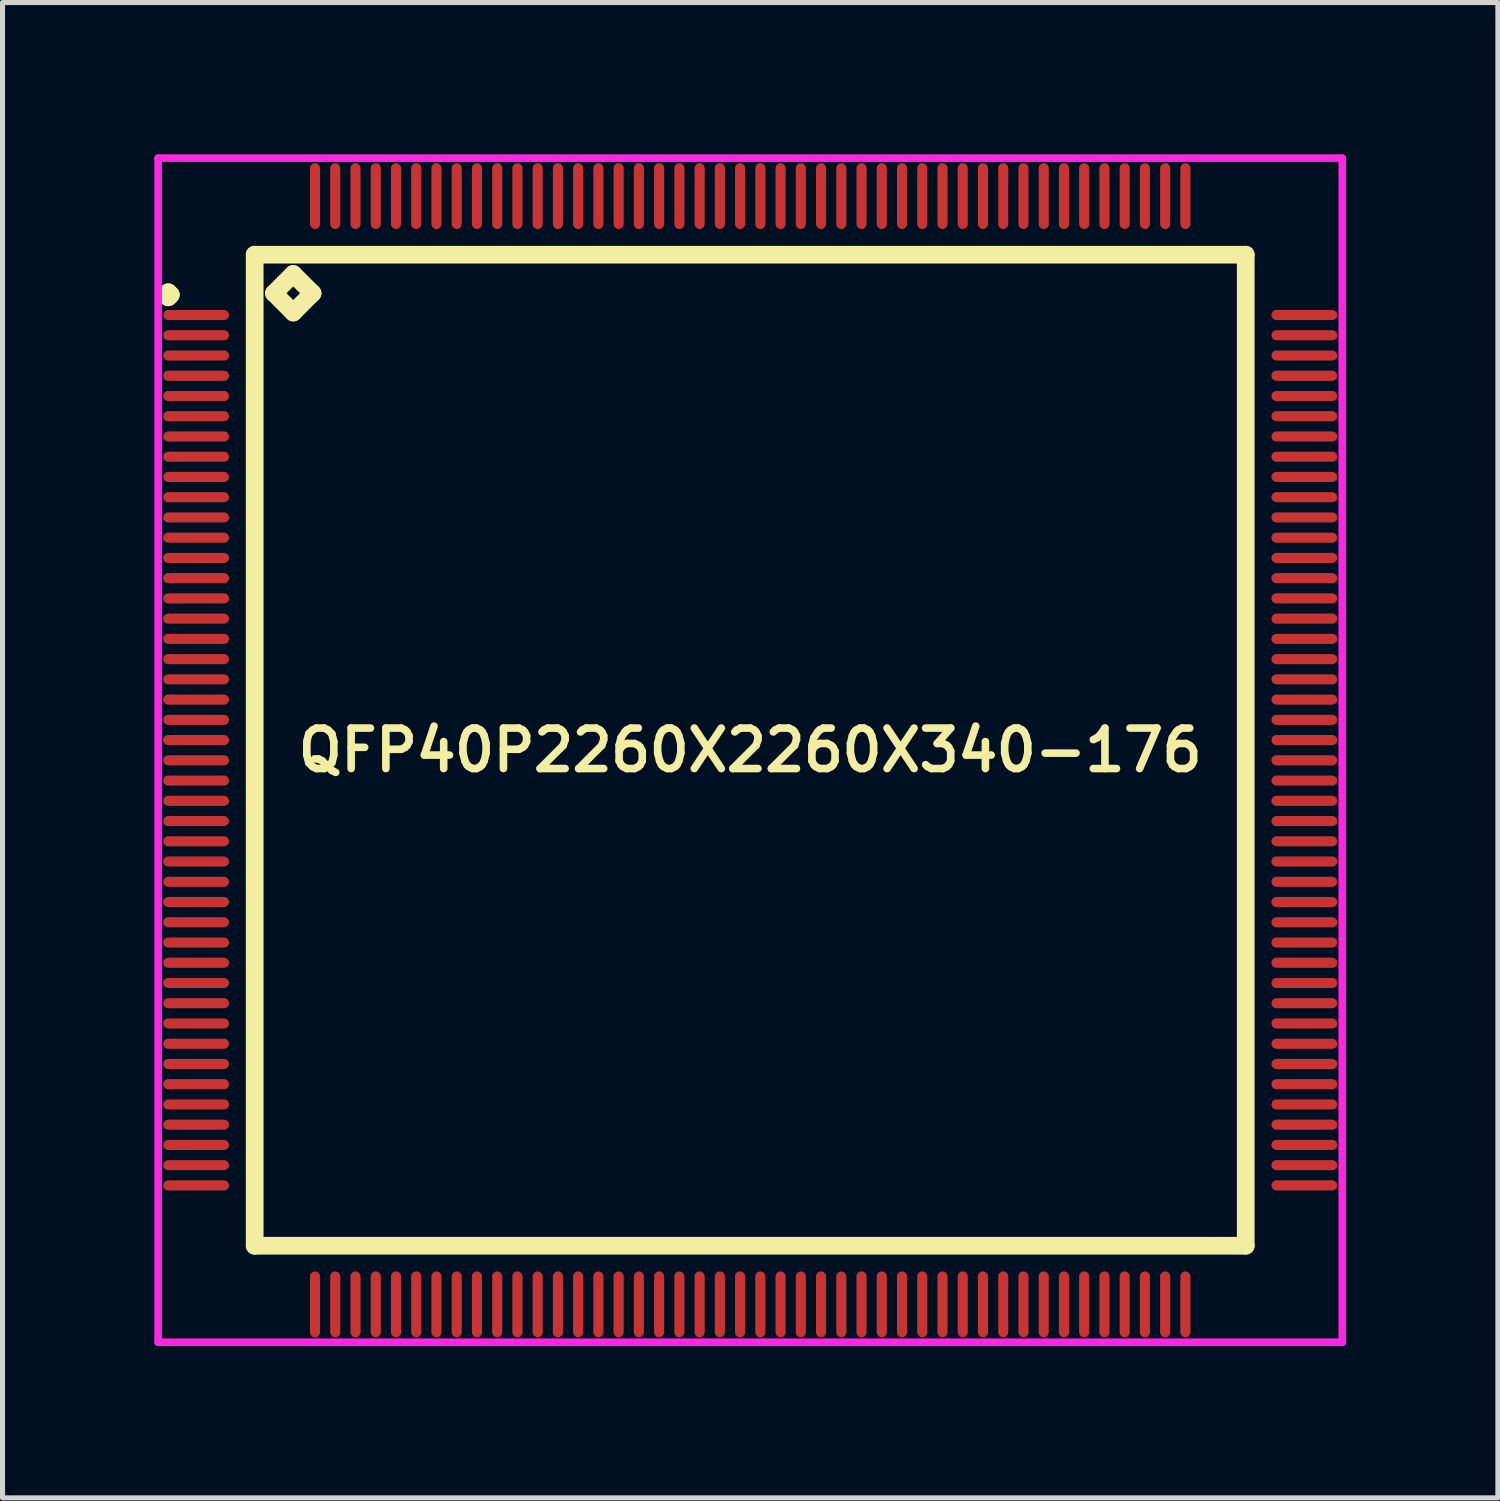
<source format=kicad_pcb>
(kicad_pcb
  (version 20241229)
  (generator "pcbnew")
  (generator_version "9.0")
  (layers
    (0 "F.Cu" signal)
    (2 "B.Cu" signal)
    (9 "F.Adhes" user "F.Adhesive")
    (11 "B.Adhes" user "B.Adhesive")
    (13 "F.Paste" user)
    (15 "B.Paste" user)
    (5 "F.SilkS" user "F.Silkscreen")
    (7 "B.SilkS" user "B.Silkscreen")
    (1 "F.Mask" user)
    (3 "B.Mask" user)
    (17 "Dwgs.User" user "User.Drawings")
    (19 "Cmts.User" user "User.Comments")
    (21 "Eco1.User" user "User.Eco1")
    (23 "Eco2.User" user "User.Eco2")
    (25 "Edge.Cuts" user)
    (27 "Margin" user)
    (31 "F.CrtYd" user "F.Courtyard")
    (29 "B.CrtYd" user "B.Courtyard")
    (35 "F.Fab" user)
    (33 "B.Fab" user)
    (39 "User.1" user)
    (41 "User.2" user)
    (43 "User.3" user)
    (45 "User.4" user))
  (footprint "QFP40P2260X2260X340-176"
    (layer "F.Cu")
    (at 11.775 11.775)
    (property "Reference" "QFP40P2260X2260X340-176" (at 0 0 0) (layer "F.SilkS") (effects (font (size 0.8 0.8) (thickness 0.15))))
    (attr through_hole)
    (fp_line (start -11.55 -9) (end -11.5 -9.05) (stroke (width 0.35) (type solid)) (layer "F.SilkS"))
    (fp_line (start -11.5 -9.05) (end -11.45 -9) (stroke (width 0.35) (type solid)) (layer "F.SilkS"))
    (fp_line (start -11.5 -8.95) (end -11.55 -9) (stroke (width 0.35) (type solid)) (layer "F.SilkS"))
    (fp_line (start -11.45 -9) (end -11.5 -8.95) (stroke (width 0.35) (type solid)) (layer "F.SilkS"))
    (fp_line (start -9.792 -9.792) (end -9.792 9.792) (stroke (width 0.35) (type solid)) (layer "F.SilkS"))
    (fp_line (start -9.792 9.792) (end 9.792 9.792) (stroke (width 0.35) (type solid)) (layer "F.SilkS"))
    (fp_line (start -9.411 -9.03) (end -9.03 -9.411) (stroke (width 0.35) (type solid)) (layer "F.SilkS"))
    (fp_line (start -9.03 -9.411) (end -8.649 -9.03) (stroke (width 0.35) (type solid)) (layer "F.SilkS"))
    (fp_line (start -9.03 -8.649) (end -9.411 -9.03) (stroke (width 0.35) (type solid)) (layer "F.SilkS"))
    (fp_line (start -8.649 -9.03) (end -9.03 -8.649) (stroke (width 0.35) (type solid)) (layer "F.SilkS"))
    (fp_line (start 9.792 -9.792) (end -9.792 -9.792) (stroke (width 0.35) (type solid)) (layer "F.SilkS"))
    (fp_line (start 9.792 9.792) (end 9.792 -9.792) (stroke (width 0.35) (type solid)) (layer "F.SilkS"))
    (fp_line (start -11.7 -11.7) (end 11.7 -11.7) (stroke (width 0.15) (type solid)) (layer "F.CrtYd"))
    (fp_line (start -11.7 11.7) (end -11.7 -11.7) (stroke (width 0.15) (type solid)) (layer "F.CrtYd"))
    (fp_line (start 11.7 -11.7) (end 11.7 11.7) (stroke (width 0.15) (type solid)) (layer "F.CrtYd"))
    (fp_line (start 11.7 11.7) (end -11.7 11.7) (stroke (width 0.15) (type solid)) (layer "F.CrtYd"))
    (pad "1" smd oval (at -10.95 -8.6) (size 1.3 0.2) (layers "F.Cu" "F.Mask" "F.Paste"))
    (pad "2" smd oval (at -10.95 -8.2) (size 1.3 0.2) (layers "F.Cu" "F.Mask" "F.Paste"))
    (pad "3" smd oval (at -10.95 -7.8) (size 1.3 0.2) (layers "F.Cu" "F.Mask" "F.Paste"))
    (pad "4" smd oval (at -10.95 -7.4) (size 1.3 0.2) (layers "F.Cu" "F.Mask" "F.Paste"))
    (pad "5" smd oval (at -10.95 -7) (size 1.3 0.2) (layers "F.Cu" "F.Mask" "F.Paste"))
    (pad "6" smd oval (at -10.95 -6.6) (size 1.3 0.2) (layers "F.Cu" "F.Mask" "F.Paste"))
    (pad "7" smd oval (at -10.95 -6.2) (size 1.3 0.2) (layers "F.Cu" "F.Mask" "F.Paste"))
    (pad "8" smd oval (at -10.95 -5.8) (size 1.3 0.2) (layers "F.Cu" "F.Mask" "F.Paste"))
    (pad "9" smd oval (at -10.95 -5.4) (size 1.3 0.2) (layers "F.Cu" "F.Mask" "F.Paste"))
    (pad "10" smd oval (at -10.95 -5) (size 1.3 0.2) (layers "F.Cu" "F.Mask" "F.Paste"))
    (pad "11" smd oval (at -10.95 -4.6) (size 1.3 0.2) (layers "F.Cu" "F.Mask" "F.Paste"))
    (pad "12" smd oval (at -10.95 -4.2) (size 1.3 0.2) (layers "F.Cu" "F.Mask" "F.Paste"))
    (pad "13" smd oval (at -10.95 -3.8) (size 1.3 0.2) (layers "F.Cu" "F.Mask" "F.Paste"))
    (pad "14" smd oval (at -10.95 -3.4) (size 1.3 0.2) (layers "F.Cu" "F.Mask" "F.Paste"))
    (pad "15" smd oval (at -10.95 -3) (size 1.3 0.2) (layers "F.Cu" "F.Mask" "F.Paste"))
    (pad "16" smd oval (at -10.95 -2.6) (size 1.3 0.2) (layers "F.Cu" "F.Mask" "F.Paste"))
    (pad "17" smd oval (at -10.95 -2.2) (size 1.3 0.2) (layers "F.Cu" "F.Mask" "F.Paste"))
    (pad "18" smd oval (at -10.95 -1.8) (size 1.3 0.2) (layers "F.Cu" "F.Mask" "F.Paste"))
    (pad "19" smd oval (at -10.95 -1.4) (size 1.3 0.2) (layers "F.Cu" "F.Mask" "F.Paste"))
    (pad "20" smd oval (at -10.95 -1) (size 1.3 0.2) (layers "F.Cu" "F.Mask" "F.Paste"))
    (pad "21" smd oval (at -10.95 -0.6) (size 1.3 0.2) (layers "F.Cu" "F.Mask" "F.Paste"))
    (pad "22" smd oval (at -10.95 -0.2) (size 1.3 0.2) (layers "F.Cu" "F.Mask" "F.Paste"))
    (pad "23" smd oval (at -10.95 0.2) (size 1.3 0.2) (layers "F.Cu" "F.Mask" "F.Paste"))
    (pad "24" smd oval (at -10.95 0.6) (size 1.3 0.2) (layers "F.Cu" "F.Mask" "F.Paste"))
    (pad "25" smd oval (at -10.95 1) (size 1.3 0.2) (layers "F.Cu" "F.Mask" "F.Paste"))
    (pad "26" smd oval (at -10.95 1.4) (size 1.3 0.2) (layers "F.Cu" "F.Mask" "F.Paste"))
    (pad "27" smd oval (at -10.95 1.8) (size 1.3 0.2) (layers "F.Cu" "F.Mask" "F.Paste"))
    (pad "28" smd oval (at -10.95 2.2) (size 1.3 0.2) (layers "F.Cu" "F.Mask" "F.Paste"))
    (pad "29" smd oval (at -10.95 2.6) (size 1.3 0.2) (layers "F.Cu" "F.Mask" "F.Paste"))
    (pad "30" smd oval (at -10.95 3) (size 1.3 0.2) (layers "F.Cu" "F.Mask" "F.Paste"))
    (pad "31" smd oval (at -10.95 3.4) (size 1.3 0.2) (layers "F.Cu" "F.Mask" "F.Paste"))
    (pad "32" smd oval (at -10.95 3.8) (size 1.3 0.2) (layers "F.Cu" "F.Mask" "F.Paste"))
    (pad "33" smd oval (at -10.95 4.2) (size 1.3 0.2) (layers "F.Cu" "F.Mask" "F.Paste"))
    (pad "34" smd oval (at -10.95 4.6) (size 1.3 0.2) (layers "F.Cu" "F.Mask" "F.Paste"))
    (pad "35" smd oval (at -10.95 5) (size 1.3 0.2) (layers "F.Cu" "F.Mask" "F.Paste"))
    (pad "36" smd oval (at -10.95 5.4) (size 1.3 0.2) (layers "F.Cu" "F.Mask" "F.Paste"))
    (pad "37" smd oval (at -10.95 5.8) (size 1.3 0.2) (layers "F.Cu" "F.Mask" "F.Paste"))
    (pad "38" smd oval (at -10.95 6.2) (size 1.3 0.2) (layers "F.Cu" "F.Mask" "F.Paste"))
    (pad "39" smd oval (at -10.95 6.6) (size 1.3 0.2) (layers "F.Cu" "F.Mask" "F.Paste"))
    (pad "40" smd oval (at -10.95 7) (size 1.3 0.2) (layers "F.Cu" "F.Mask" "F.Paste"))
    (pad "41" smd oval (at -10.95 7.4) (size 1.3 0.2) (layers "F.Cu" "F.Mask" "F.Paste"))
    (pad "42" smd oval (at -10.95 7.8) (size 1.3 0.2) (layers "F.Cu" "F.Mask" "F.Paste"))
    (pad "43" smd oval (at -10.95 8.2) (size 1.3 0.2) (layers "F.Cu" "F.Mask" "F.Paste"))
    (pad "44" smd oval (at -10.95 8.6) (size 1.3 0.2) (layers "F.Cu" "F.Mask" "F.Paste"))
    (pad "45" smd oval (at -8.6 10.95) (size 0.2 1.3) (layers "F.Cu" "F.Mask" "F.Paste"))
    (pad "46" smd oval (at -8.2 10.95) (size 0.2 1.3) (layers "F.Cu" "F.Mask" "F.Paste"))
    (pad "47" smd oval (at -7.8 10.95) (size 0.2 1.3) (layers "F.Cu" "F.Mask" "F.Paste"))
    (pad "48" smd oval (at -7.4 10.95) (size 0.2 1.3) (layers "F.Cu" "F.Mask" "F.Paste"))
    (pad "49" smd oval (at -7 10.95) (size 0.2 1.3) (layers "F.Cu" "F.Mask" "F.Paste"))
    (pad "50" smd oval (at -6.6 10.95) (size 0.2 1.3) (layers "F.Cu" "F.Mask" "F.Paste"))
    (pad "51" smd oval (at -6.2 10.95) (size 0.2 1.3) (layers "F.Cu" "F.Mask" "F.Paste"))
    (pad "52" smd oval (at -5.8 10.95) (size 0.2 1.3) (layers "F.Cu" "F.Mask" "F.Paste"))
    (pad "53" smd oval (at -5.4 10.95) (size 0.2 1.3) (layers "F.Cu" "F.Mask" "F.Paste"))
    (pad "54" smd oval (at -5 10.95) (size 0.2 1.3) (layers "F.Cu" "F.Mask" "F.Paste"))
    (pad "55" smd oval (at -4.6 10.95) (size 0.2 1.3) (layers "F.Cu" "F.Mask" "F.Paste"))
    (pad "56" smd oval (at -4.2 10.95) (size 0.2 1.3) (layers "F.Cu" "F.Mask" "F.Paste"))
    (pad "57" smd oval (at -3.8 10.95) (size 0.2 1.3) (layers "F.Cu" "F.Mask" "F.Paste"))
    (pad "58" smd oval (at -3.4 10.95) (size 0.2 1.3) (layers "F.Cu" "F.Mask" "F.Paste"))
    (pad "59" smd oval (at -3 10.95) (size 0.2 1.3) (layers "F.Cu" "F.Mask" "F.Paste"))
    (pad "60" smd oval (at -2.6 10.95) (size 0.2 1.3) (layers "F.Cu" "F.Mask" "F.Paste"))
    (pad "61" smd oval (at -2.2 10.95) (size 0.2 1.3) (layers "F.Cu" "F.Mask" "F.Paste"))
    (pad "62" smd oval (at -1.8 10.95) (size 0.2 1.3) (layers "F.Cu" "F.Mask" "F.Paste"))
    (pad "63" smd oval (at -1.4 10.95) (size 0.2 1.3) (layers "F.Cu" "F.Mask" "F.Paste"))
    (pad "64" smd oval (at -1 10.95) (size 0.2 1.3) (layers "F.Cu" "F.Mask" "F.Paste"))
    (pad "65" smd oval (at -0.6 10.95) (size 0.2 1.3) (layers "F.Cu" "F.Mask" "F.Paste"))
    (pad "66" smd oval (at -0.2 10.95) (size 0.2 1.3) (layers "F.Cu" "F.Mask" "F.Paste"))
    (pad "67" smd oval (at 0.2 10.95) (size 0.2 1.3) (layers "F.Cu" "F.Mask" "F.Paste"))
    (pad "68" smd oval (at 0.6 10.95) (size 0.2 1.3) (layers "F.Cu" "F.Mask" "F.Paste"))
    (pad "69" smd oval (at 1 10.95) (size 0.2 1.3) (layers "F.Cu" "F.Mask" "F.Paste"))
    (pad "70" smd oval (at 1.4 10.95) (size 0.2 1.3) (layers "F.Cu" "F.Mask" "F.Paste"))
    (pad "71" smd oval (at 1.8 10.95) (size 0.2 1.3) (layers "F.Cu" "F.Mask" "F.Paste"))
    (pad "72" smd oval (at 2.2 10.95) (size 0.2 1.3) (layers "F.Cu" "F.Mask" "F.Paste"))
    (pad "73" smd oval (at 2.6 10.95) (size 0.2 1.3) (layers "F.Cu" "F.Mask" "F.Paste"))
    (pad "74" smd oval (at 3 10.95) (size 0.2 1.3) (layers "F.Cu" "F.Mask" "F.Paste"))
    (pad "75" smd oval (at 3.4 10.95) (size 0.2 1.3) (layers "F.Cu" "F.Mask" "F.Paste"))
    (pad "76" smd oval (at 3.8 10.95) (size 0.2 1.3) (layers "F.Cu" "F.Mask" "F.Paste"))
    (pad "77" smd oval (at 4.2 10.95) (size 0.2 1.3) (layers "F.Cu" "F.Mask" "F.Paste"))
    (pad "78" smd oval (at 4.6 10.95) (size 0.2 1.3) (layers "F.Cu" "F.Mask" "F.Paste"))
    (pad "79" smd oval (at 5 10.95) (size 0.2 1.3) (layers "F.Cu" "F.Mask" "F.Paste"))
    (pad "80" smd oval (at 5.4 10.95) (size 0.2 1.3) (layers "F.Cu" "F.Mask" "F.Paste"))
    (pad "81" smd oval (at 5.8 10.95) (size 0.2 1.3) (layers "F.Cu" "F.Mask" "F.Paste"))
    (pad "82" smd oval (at 6.2 10.95) (size 0.2 1.3) (layers "F.Cu" "F.Mask" "F.Paste"))
    (pad "83" smd oval (at 6.6 10.95) (size 0.2 1.3) (layers "F.Cu" "F.Mask" "F.Paste"))
    (pad "84" smd oval (at 7 10.95) (size 0.2 1.3) (layers "F.Cu" "F.Mask" "F.Paste"))
    (pad "85" smd oval (at 7.4 10.95) (size 0.2 1.3) (layers "F.Cu" "F.Mask" "F.Paste"))
    (pad "86" smd oval (at 7.8 10.95) (size 0.2 1.3) (layers "F.Cu" "F.Mask" "F.Paste"))
    (pad "87" smd oval (at 8.2 10.95) (size 0.2 1.3) (layers "F.Cu" "F.Mask" "F.Paste"))
    (pad "88" smd oval (at 8.6 10.95) (size 0.2 1.3) (layers "F.Cu" "F.Mask" "F.Paste"))
    (pad "89" smd oval (at 10.95 8.6) (size 1.3 0.2) (layers "F.Cu" "F.Mask" "F.Paste"))
    (pad "90" smd oval (at 10.95 8.2) (size 1.3 0.2) (layers "F.Cu" "F.Mask" "F.Paste"))
    (pad "91" smd oval (at 10.95 7.8) (size 1.3 0.2) (layers "F.Cu" "F.Mask" "F.Paste"))
    (pad "92" smd oval (at 10.95 7.4) (size 1.3 0.2) (layers "F.Cu" "F.Mask" "F.Paste"))
    (pad "93" smd oval (at 10.95 7) (size 1.3 0.2) (layers "F.Cu" "F.Mask" "F.Paste"))
    (pad "94" smd oval (at 10.95 6.6) (size 1.3 0.2) (layers "F.Cu" "F.Mask" "F.Paste"))
    (pad "95" smd oval (at 10.95 6.2) (size 1.3 0.2) (layers "F.Cu" "F.Mask" "F.Paste"))
    (pad "96" smd oval (at 10.95 5.8) (size 1.3 0.2) (layers "F.Cu" "F.Mask" "F.Paste"))
    (pad "97" smd oval (at 10.95 5.4) (size 1.3 0.2) (layers "F.Cu" "F.Mask" "F.Paste"))
    (pad "98" smd oval (at 10.95 5) (size 1.3 0.2) (layers "F.Cu" "F.Mask" "F.Paste"))
    (pad "99" smd oval (at 10.95 4.6) (size 1.3 0.2) (layers "F.Cu" "F.Mask" "F.Paste"))
    (pad "100" smd oval (at 10.95 4.2) (size 1.3 0.2) (layers "F.Cu" "F.Mask" "F.Paste"))
    (pad "101" smd oval (at 10.95 3.8) (size 1.3 0.2) (layers "F.Cu" "F.Mask" "F.Paste"))
    (pad "102" smd oval (at 10.95 3.4) (size 1.3 0.2) (layers "F.Cu" "F.Mask" "F.Paste"))
    (pad "103" smd oval (at 10.95 3) (size 1.3 0.2) (layers "F.Cu" "F.Mask" "F.Paste"))
    (pad "104" smd oval (at 10.95 2.6) (size 1.3 0.2) (layers "F.Cu" "F.Mask" "F.Paste"))
    (pad "105" smd oval (at 10.95 2.2) (size 1.3 0.2) (layers "F.Cu" "F.Mask" "F.Paste"))
    (pad "106" smd oval (at 10.95 1.8) (size 1.3 0.2) (layers "F.Cu" "F.Mask" "F.Paste"))
    (pad "107" smd oval (at 10.95 1.4) (size 1.3 0.2) (layers "F.Cu" "F.Mask" "F.Paste"))
    (pad "108" smd oval (at 10.95 1) (size 1.3 0.2) (layers "F.Cu" "F.Mask" "F.Paste"))
    (pad "109" smd oval (at 10.95 0.6) (size 1.3 0.2) (layers "F.Cu" "F.Mask" "F.Paste"))
    (pad "110" smd oval (at 10.95 0.2) (size 1.3 0.2) (layers "F.Cu" "F.Mask" "F.Paste"))
    (pad "111" smd oval (at 10.95 -0.2) (size 1.3 0.2) (layers "F.Cu" "F.Mask" "F.Paste"))
    (pad "112" smd oval (at 10.95 -0.6) (size 1.3 0.2) (layers "F.Cu" "F.Mask" "F.Paste"))
    (pad "113" smd oval (at 10.95 -1) (size 1.3 0.2) (layers "F.Cu" "F.Mask" "F.Paste"))
    (pad "114" smd oval (at 10.95 -1.4) (size 1.3 0.2) (layers "F.Cu" "F.Mask" "F.Paste"))
    (pad "115" smd oval (at 10.95 -1.8) (size 1.3 0.2) (layers "F.Cu" "F.Mask" "F.Paste"))
    (pad "116" smd oval (at 10.95 -2.2) (size 1.3 0.2) (layers "F.Cu" "F.Mask" "F.Paste"))
    (pad "117" smd oval (at 10.95 -2.6) (size 1.3 0.2) (layers "F.Cu" "F.Mask" "F.Paste"))
    (pad "118" smd oval (at 10.95 -3) (size 1.3 0.2) (layers "F.Cu" "F.Mask" "F.Paste"))
    (pad "119" smd oval (at 10.95 -3.4) (size 1.3 0.2) (layers "F.Cu" "F.Mask" "F.Paste"))
    (pad "120" smd oval (at 10.95 -3.8) (size 1.3 0.2) (layers "F.Cu" "F.Mask" "F.Paste"))
    (pad "121" smd oval (at 10.95 -4.2) (size 1.3 0.2) (layers "F.Cu" "F.Mask" "F.Paste"))
    (pad "122" smd oval (at 10.95 -4.6) (size 1.3 0.2) (layers "F.Cu" "F.Mask" "F.Paste"))
    (pad "123" smd oval (at 10.95 -5) (size 1.3 0.2) (layers "F.Cu" "F.Mask" "F.Paste"))
    (pad "124" smd oval (at 10.95 -5.4) (size 1.3 0.2) (layers "F.Cu" "F.Mask" "F.Paste"))
    (pad "125" smd oval (at 10.95 -5.8) (size 1.3 0.2) (layers "F.Cu" "F.Mask" "F.Paste"))
    (pad "126" smd oval (at 10.95 -6.2) (size 1.3 0.2) (layers "F.Cu" "F.Mask" "F.Paste"))
    (pad "127" smd oval (at 10.95 -6.6) (size 1.3 0.2) (layers "F.Cu" "F.Mask" "F.Paste"))
    (pad "128" smd oval (at 10.95 -7) (size 1.3 0.2) (layers "F.Cu" "F.Mask" "F.Paste"))
    (pad "129" smd oval (at 10.95 -7.4) (size 1.3 0.2) (layers "F.Cu" "F.Mask" "F.Paste"))
    (pad "130" smd oval (at 10.95 -7.8) (size 1.3 0.2) (layers "F.Cu" "F.Mask" "F.Paste"))
    (pad "131" smd oval (at 10.95 -8.2) (size 1.3 0.2) (layers "F.Cu" "F.Mask" "F.Paste"))
    (pad "132" smd oval (at 10.95 -8.6) (size 1.3 0.2) (layers "F.Cu" "F.Mask" "F.Paste"))
    (pad "133" smd oval (at 8.6 -10.95) (size 0.2 1.3) (layers "F.Cu" "F.Mask" "F.Paste"))
    (pad "134" smd oval (at 8.2 -10.95) (size 0.2 1.3) (layers "F.Cu" "F.Mask" "F.Paste"))
    (pad "135" smd oval (at 7.8 -10.95) (size 0.2 1.3) (layers "F.Cu" "F.Mask" "F.Paste"))
    (pad "136" smd oval (at 7.4 -10.95) (size 0.2 1.3) (layers "F.Cu" "F.Mask" "F.Paste"))
    (pad "137" smd oval (at 7 -10.95) (size 0.2 1.3) (layers "F.Cu" "F.Mask" "F.Paste"))
    (pad "138" smd oval (at 6.6 -10.95) (size 0.2 1.3) (layers "F.Cu" "F.Mask" "F.Paste"))
    (pad "139" smd oval (at 6.2 -10.95) (size 0.2 1.3) (layers "F.Cu" "F.Mask" "F.Paste"))
    (pad "140" smd oval (at 5.8 -10.95) (size 0.2 1.3) (layers "F.Cu" "F.Mask" "F.Paste"))
    (pad "141" smd oval (at 5.4 -10.95) (size 0.2 1.3) (layers "F.Cu" "F.Mask" "F.Paste"))
    (pad "142" smd oval (at 5 -10.95) (size 0.2 1.3) (layers "F.Cu" "F.Mask" "F.Paste"))
    (pad "143" smd oval (at 4.6 -10.95) (size 0.2 1.3) (layers "F.Cu" "F.Mask" "F.Paste"))
    (pad "144" smd oval (at 4.2 -10.95) (size 0.2 1.3) (layers "F.Cu" "F.Mask" "F.Paste"))
    (pad "145" smd oval (at 3.8 -10.95) (size 0.2 1.3) (layers "F.Cu" "F.Mask" "F.Paste"))
    (pad "146" smd oval (at 3.4 -10.95) (size 0.2 1.3) (layers "F.Cu" "F.Mask" "F.Paste"))
    (pad "147" smd oval (at 3 -10.95) (size 0.2 1.3) (layers "F.Cu" "F.Mask" "F.Paste"))
    (pad "148" smd oval (at 2.6 -10.95) (size 0.2 1.3) (layers "F.Cu" "F.Mask" "F.Paste"))
    (pad "149" smd oval (at 2.2 -10.95) (size 0.2 1.3) (layers "F.Cu" "F.Mask" "F.Paste"))
    (pad "150" smd oval (at 1.8 -10.95) (size 0.2 1.3) (layers "F.Cu" "F.Mask" "F.Paste"))
    (pad "151" smd oval (at 1.4 -10.95) (size 0.2 1.3) (layers "F.Cu" "F.Mask" "F.Paste"))
    (pad "152" smd oval (at 1 -10.95) (size 0.2 1.3) (layers "F.Cu" "F.Mask" "F.Paste"))
    (pad "153" smd oval (at 0.6 -10.95) (size 0.2 1.3) (layers "F.Cu" "F.Mask" "F.Paste"))
    (pad "154" smd oval (at 0.2 -10.95) (size 0.2 1.3) (layers "F.Cu" "F.Mask" "F.Paste"))
    (pad "155" smd oval (at -0.2 -10.95) (size 0.2 1.3) (layers "F.Cu" "F.Mask" "F.Paste"))
    (pad "156" smd oval (at -0.6 -10.95) (size 0.2 1.3) (layers "F.Cu" "F.Mask" "F.Paste"))
    (pad "157" smd oval (at -1 -10.95) (size 0.2 1.3) (layers "F.Cu" "F.Mask" "F.Paste"))
    (pad "158" smd oval (at -1.4 -10.95) (size 0.2 1.3) (layers "F.Cu" "F.Mask" "F.Paste"))
    (pad "159" smd oval (at -1.8 -10.95) (size 0.2 1.3) (layers "F.Cu" "F.Mask" "F.Paste"))
    (pad "160" smd oval (at -2.2 -10.95) (size 0.2 1.3) (layers "F.Cu" "F.Mask" "F.Paste"))
    (pad "161" smd oval (at -2.6 -10.95) (size 0.2 1.3) (layers "F.Cu" "F.Mask" "F.Paste"))
    (pad "162" smd oval (at -3 -10.95) (size 0.2 1.3) (layers "F.Cu" "F.Mask" "F.Paste"))
    (pad "163" smd oval (at -3.4 -10.95) (size 0.2 1.3) (layers "F.Cu" "F.Mask" "F.Paste"))
    (pad "164" smd oval (at -3.8 -10.95) (size 0.2 1.3) (layers "F.Cu" "F.Mask" "F.Paste"))
    (pad "165" smd oval (at -4.2 -10.95) (size 0.2 1.3) (layers "F.Cu" "F.Mask" "F.Paste"))
    (pad "166" smd oval (at -4.6 -10.95) (size 0.2 1.3) (layers "F.Cu" "F.Mask" "F.Paste"))
    (pad "167" smd oval (at -5 -10.95) (size 0.2 1.3) (layers "F.Cu" "F.Mask" "F.Paste"))
    (pad "168" smd oval (at -5.4 -10.95) (size 0.2 1.3) (layers "F.Cu" "F.Mask" "F.Paste"))
    (pad "169" smd oval (at -5.8 -10.95) (size 0.2 1.3) (layers "F.Cu" "F.Mask" "F.Paste"))
    (pad "170" smd oval (at -6.2 -10.95) (size 0.2 1.3) (layers "F.Cu" "F.Mask" "F.Paste"))
    (pad "171" smd oval (at -6.6 -10.95) (size 0.2 1.3) (layers "F.Cu" "F.Mask" "F.Paste"))
    (pad "172" smd oval (at -7 -10.95) (size 0.2 1.3) (layers "F.Cu" "F.Mask" "F.Paste"))
    (pad "173" smd oval (at -7.4 -10.95) (size 0.2 1.3) (layers "F.Cu" "F.Mask" "F.Paste"))
    (pad "174" smd oval (at -7.8 -10.95) (size 0.2 1.3) (layers "F.Cu" "F.Mask" "F.Paste"))
    (pad "175" smd oval (at -8.2 -10.95) (size 0.2 1.3) (layers "F.Cu" "F.Mask" "F.Paste"))
    (pad "176" smd oval (at -8.6 -10.95) (size 0.2 1.3) (layers "F.Cu" "F.Mask" "F.Paste")))
  (gr_rect
    (start -3 -3)
    (end 26.55 26.55)
    (stroke (width 0.1) (type default))
    (fill no)
    (layer "Edge.Cuts")))
</source>
